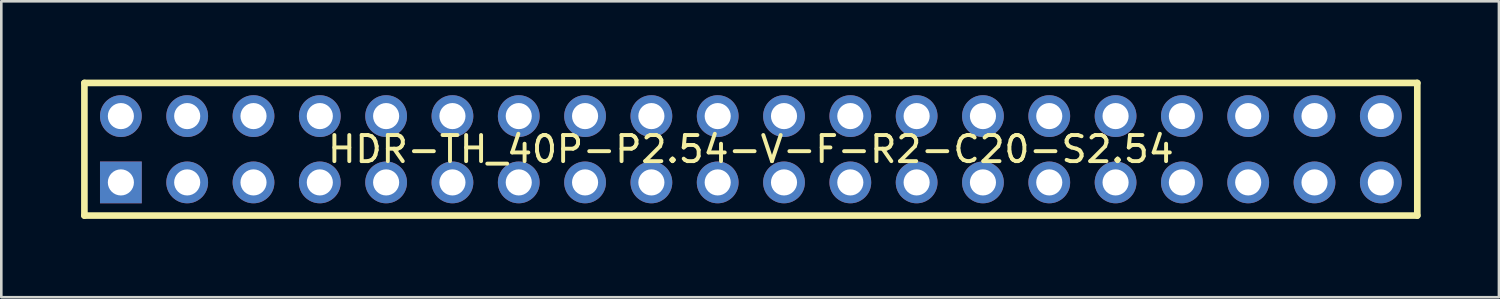
<source format=kicad_pcb>
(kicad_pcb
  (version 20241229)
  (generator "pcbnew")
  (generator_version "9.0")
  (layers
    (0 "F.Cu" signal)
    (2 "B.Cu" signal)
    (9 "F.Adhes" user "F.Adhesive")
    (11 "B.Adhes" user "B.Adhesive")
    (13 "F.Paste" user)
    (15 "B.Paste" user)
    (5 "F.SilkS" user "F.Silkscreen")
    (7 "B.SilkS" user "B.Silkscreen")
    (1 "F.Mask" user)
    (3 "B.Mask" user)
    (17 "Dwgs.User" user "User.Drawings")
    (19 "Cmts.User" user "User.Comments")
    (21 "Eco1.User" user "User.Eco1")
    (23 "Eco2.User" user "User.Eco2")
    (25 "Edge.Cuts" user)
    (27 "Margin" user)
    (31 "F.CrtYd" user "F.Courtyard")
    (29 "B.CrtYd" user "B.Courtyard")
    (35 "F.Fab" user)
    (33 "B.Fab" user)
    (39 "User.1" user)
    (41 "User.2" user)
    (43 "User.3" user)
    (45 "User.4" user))
  (footprint "HDR-TH_40P-P2.54-V-F-R2-C20-S2.54"
    (layer "F.Cu")
    (at 25.71 2.667)
    (property "Reference" "HDR-TH_40P-P2.54-V-F-R2-C20-S2.54" (at 0 0 0) (layer "F.SilkS") (effects (font (size 1 1) (thickness 0.15))))
    (fp_line (start -25.527 -2.54) (end -25.527 2.54) (stroke (width 0.254) (type default)) (layer "F.SilkS"))
    (fp_line (start -25.527 -2.54) (end 25.527 -2.54) (stroke (width 0.254) (type default)) (layer "F.SilkS"))
    (fp_line (start -25.527 2.54) (end 25.527 2.54) (stroke (width 0.254) (type default)) (layer "F.SilkS"))
    (fp_line (start 25.527 -2.54) (end 25.527 2.54) (stroke (width 0.254) (type default)) (layer "F.SilkS"))
    (fp_poly (pts (xy -24.45 -1.42) (xy -23.81 -1.42) (xy -23.81 -1.12) (xy -24.45 -1.12)) (stroke (width 0.1) (type default)) (fill no) (layer "User.1"))
    (fp_poly (pts (xy -24.45 1.12) (xy -23.81 1.12) (xy -23.81 1.42) (xy -24.45 1.42)) (stroke (width 0.1) (type default)) (fill no) (layer "User.1"))
    (fp_poly (pts (xy -21.91 -1.42) (xy -21.27 -1.42) (xy -21.27 -1.12) (xy -21.91 -1.12)) (stroke (width 0.1) (type default)) (fill no) (layer "User.1"))
    (fp_poly (pts (xy -21.91 1.12) (xy -21.27 1.12) (xy -21.27 1.42) (xy -21.91 1.42)) (stroke (width 0.1) (type default)) (fill no) (layer "User.1"))
    (fp_poly (pts (xy -19.37 -1.42) (xy -18.73 -1.42) (xy -18.73 -1.12) (xy -19.37 -1.12)) (stroke (width 0.1) (type default)) (fill no) (layer "User.1"))
    (fp_poly (pts (xy -19.37 1.12) (xy -18.73 1.12) (xy -18.73 1.42) (xy -19.37 1.42)) (stroke (width 0.1) (type default)) (fill no) (layer "User.1"))
    (fp_poly (pts (xy -16.83 -1.42) (xy -16.19 -1.42) (xy -16.19 -1.12) (xy -16.83 -1.12)) (stroke (width 0.1) (type default)) (fill no) (layer "User.1"))
    (fp_poly (pts (xy -16.83 1.12) (xy -16.19 1.12) (xy -16.19 1.42) (xy -16.83 1.42)) (stroke (width 0.1) (type default)) (fill no) (layer "User.1"))
    (fp_poly (pts (xy -14.29 -1.42) (xy -13.65 -1.42) (xy -13.65 -1.12) (xy -14.29 -1.12)) (stroke (width 0.1) (type default)) (fill no) (layer "User.1"))
    (fp_poly (pts (xy -14.29 1.12) (xy -13.65 1.12) (xy -13.65 1.42) (xy -14.29 1.42)) (stroke (width 0.1) (type default)) (fill no) (layer "User.1"))
    (fp_poly (pts (xy -11.75 -1.42) (xy -11.11 -1.42) (xy -11.11 -1.12) (xy -11.75 -1.12)) (stroke (width 0.1) (type default)) (fill no) (layer "User.1"))
    (fp_poly (pts (xy -11.75 1.12) (xy -11.11 1.12) (xy -11.11 1.42) (xy -11.75 1.42)) (stroke (width 0.1) (type default)) (fill no) (layer "User.1"))
    (fp_poly (pts (xy -9.21 -1.42) (xy -8.57 -1.42) (xy -8.57 -1.12) (xy -9.21 -1.12)) (stroke (width 0.1) (type default)) (fill no) (layer "User.1"))
    (fp_poly (pts (xy -9.21 1.12) (xy -8.57 1.12) (xy -8.57 1.42) (xy -9.21 1.42)) (stroke (width 0.1) (type default)) (fill no) (layer "User.1"))
    (fp_poly (pts (xy -6.67 -1.42) (xy -6.03 -1.42) (xy -6.03 -1.12) (xy -6.67 -1.12)) (stroke (width 0.1) (type default)) (fill no) (layer "User.1"))
    (fp_poly (pts (xy -6.67 1.12) (xy -6.03 1.12) (xy -6.03 1.42) (xy -6.67 1.42)) (stroke (width 0.1) (type default)) (fill no) (layer "User.1"))
    (fp_poly (pts (xy -4.13 -1.42) (xy -3.49 -1.42) (xy -3.49 -1.12) (xy -4.13 -1.12)) (stroke (width 0.1) (type default)) (fill no) (layer "User.1"))
    (fp_poly (pts (xy -4.13 1.12) (xy -3.49 1.12) (xy -3.49 1.42) (xy -4.13 1.42)) (stroke (width 0.1) (type default)) (fill no) (layer "User.1"))
    (fp_poly (pts (xy -1.59 -1.42) (xy -0.95 -1.42) (xy -0.95 -1.12) (xy -1.59 -1.12)) (stroke (width 0.1) (type default)) (fill no) (layer "User.1"))
    (fp_poly (pts (xy -1.59 1.12) (xy -0.95 1.12) (xy -0.95 1.42) (xy -1.59 1.42)) (stroke (width 0.1) (type default)) (fill no) (layer "User.1"))
    (fp_poly (pts (xy 0.95 -1.42) (xy 1.59 -1.42) (xy 1.59 -1.12) (xy 0.95 -1.12)) (stroke (width 0.1) (type default)) (fill no) (layer "User.1"))
    (fp_poly (pts (xy 0.95 1.12) (xy 1.59 1.12) (xy 1.59 1.42) (xy 0.95 1.42)) (stroke (width 0.1) (type default)) (fill no) (layer "User.1"))
    (fp_poly (pts (xy 3.49 -1.42) (xy 4.13 -1.42) (xy 4.13 -1.12) (xy 3.49 -1.12)) (stroke (width 0.1) (type default)) (fill no) (layer "User.1"))
    (fp_poly (pts (xy 3.49 1.12) (xy 4.13 1.12) (xy 4.13 1.42) (xy 3.49 1.42)) (stroke (width 0.1) (type default)) (fill no) (layer "User.1"))
    (fp_poly (pts (xy 6.03 -1.42) (xy 6.67 -1.42) (xy 6.67 -1.12) (xy 6.03 -1.12)) (stroke (width 0.1) (type default)) (fill no) (layer "User.1"))
    (fp_poly (pts (xy 6.03 1.12) (xy 6.67 1.12) (xy 6.67 1.42) (xy 6.03 1.42)) (stroke (width 0.1) (type default)) (fill no) (layer "User.1"))
    (fp_poly (pts (xy 8.57 -1.42) (xy 9.21 -1.42) (xy 9.21 -1.12) (xy 8.57 -1.12)) (stroke (width 0.1) (type default)) (fill no) (layer "User.1"))
    (fp_poly (pts (xy 8.57 1.12) (xy 9.21 1.12) (xy 9.21 1.42) (xy 8.57 1.42)) (stroke (width 0.1) (type default)) (fill no) (layer "User.1"))
    (fp_poly (pts (xy 11.11 -1.42) (xy 11.75 -1.42) (xy 11.75 -1.12) (xy 11.11 -1.12)) (stroke (width 0.1) (type default)) (fill no) (layer "User.1"))
    (fp_poly (pts (xy 11.11 1.12) (xy 11.75 1.12) (xy 11.75 1.42) (xy 11.11 1.42)) (stroke (width 0.1) (type default)) (fill no) (layer "User.1"))
    (fp_poly (pts (xy 13.65 -1.42) (xy 14.29 -1.42) (xy 14.29 -1.12) (xy 13.65 -1.12)) (stroke (width 0.1) (type default)) (fill no) (layer "User.1"))
    (fp_poly (pts (xy 13.65 1.12) (xy 14.29 1.12) (xy 14.29 1.42) (xy 13.65 1.42)) (stroke (width 0.1) (type default)) (fill no) (layer "User.1"))
    (fp_poly (pts (xy 16.19 -1.42) (xy 16.83 -1.42) (xy 16.83 -1.12) (xy 16.19 -1.12)) (stroke (width 0.1) (type default)) (fill no) (layer "User.1"))
    (fp_poly (pts (xy 16.19 1.12) (xy 16.83 1.12) (xy 16.83 1.42) (xy 16.19 1.42)) (stroke (width 0.1) (type default)) (fill no) (layer "User.1"))
    (fp_poly (pts (xy 18.73 -1.42) (xy 19.37 -1.42) (xy 19.37 -1.12) (xy 18.73 -1.12)) (stroke (width 0.1) (type default)) (fill no) (layer "User.1"))
    (fp_poly (pts (xy 18.73 1.12) (xy 19.37 1.12) (xy 19.37 1.42) (xy 18.73 1.42)) (stroke (width 0.1) (type default)) (fill no) (layer "User.1"))
    (fp_poly (pts (xy 21.27 -1.42) (xy 21.91 -1.42) (xy 21.91 -1.12) (xy 21.27 -1.12)) (stroke (width 0.1) (type default)) (fill no) (layer "User.1"))
    (fp_poly (pts (xy 21.27 1.12) (xy 21.91 1.12) (xy 21.91 1.42) (xy 21.27 1.42)) (stroke (width 0.1) (type default)) (fill no) (layer "User.1"))
    (fp_poly (pts (xy 23.81 -1.42) (xy 24.45 -1.42) (xy 24.45 -1.12) (xy 23.81 -1.12)) (stroke (width 0.1) (type default)) (fill no) (layer "User.1"))
    (fp_poly (pts (xy 23.81 1.12) (xy 24.45 1.12) (xy 24.45 1.42) (xy 23.81 1.42)) (stroke (width 0.1) (type default)) (fill no) (layer "User.1"))
    (fp_line (start -25.6 -2.5) (end 25.6 -2.5) (stroke (width 0.051) (type default)) (layer "User.2"))
    (fp_line (start -25.6 2.5) (end -25.6 -2.5) (stroke (width 0.051) (type default)) (layer "User.2"))
    (fp_line (start 25.6 -2.5) (end 25.6 2.5) (stroke (width 0.051) (type default)) (layer "User.2"))
    (fp_line (start 25.6 2.5) (end -25.6 2.5) (stroke (width 0.051) (type default)) (layer "User.2"))
    (fp_poly (pts (xy -25.54 2.5) (xy -25.558 2.458) (xy -25.6 2.44) (xy -25.642 2.458) (xy -25.66 2.5) (xy -25.642 2.542) (xy -25.6 2.56) (xy -25.558 2.542)) (stroke (width 0.1) (type default)) (fill no) (layer "User.3"))
    (pad "1" thru_hole rect (at -24.13 1.27) (size 1.6 1.6) (drill 1) (layers "*.Cu" "*.Mask"))
    (pad "2" thru_hole circle (at -24.13 -1.27) (size 1.6 1.6) (drill 1) (layers "*.Cu" "*.Mask"))
    (pad "3" thru_hole circle (at -21.59 1.27) (size 1.6 1.6) (drill 1) (layers "*.Cu" "*.Mask"))
    (pad "4" thru_hole circle (at -21.59 -1.27) (size 1.6 1.6) (drill 1) (layers "*.Cu" "*.Mask"))
    (pad "5" thru_hole circle (at -19.05 1.27) (size 1.6 1.6) (drill 1) (layers "*.Cu" "*.Mask"))
    (pad "6" thru_hole circle (at -19.05 -1.27) (size 1.6 1.6) (drill 1) (layers "*.Cu" "*.Mask"))
    (pad "7" thru_hole circle (at -16.51 1.27) (size 1.6 1.6) (drill 1) (layers "*.Cu" "*.Mask"))
    (pad "8" thru_hole circle (at -16.51 -1.27) (size 1.6 1.6) (drill 1) (layers "*.Cu" "*.Mask"))
    (pad "9" thru_hole circle (at -13.97 1.27) (size 1.6 1.6) (drill 1) (layers "*.Cu" "*.Mask"))
    (pad "10" thru_hole circle (at -13.97 -1.27) (size 1.6 1.6) (drill 1) (layers "*.Cu" "*.Mask"))
    (pad "11" thru_hole circle (at -11.43 1.27) (size 1.6 1.6) (drill 1) (layers "*.Cu" "*.Mask"))
    (pad "12" thru_hole circle (at -11.43 -1.27) (size 1.6 1.6) (drill 1) (layers "*.Cu" "*.Mask"))
    (pad "13" thru_hole circle (at -8.89 1.27) (size 1.6 1.6) (drill 1) (layers "*.Cu" "*.Mask"))
    (pad "14" thru_hole circle (at -8.89 -1.27) (size 1.6 1.6) (drill 1) (layers "*.Cu" "*.Mask"))
    (pad "15" thru_hole circle (at -6.35 1.27) (size 1.6 1.6) (drill 1) (layers "*.Cu" "*.Mask"))
    (pad "16" thru_hole circle (at -6.35 -1.27) (size 1.6 1.6) (drill 1) (layers "*.Cu" "*.Mask"))
    (pad "17" thru_hole circle (at -3.81 1.27) (size 1.6 1.6) (drill 1) (layers "*.Cu" "*.Mask"))
    (pad "18" thru_hole circle (at -3.81 -1.27) (size 1.6 1.6) (drill 1) (layers "*.Cu" "*.Mask"))
    (pad "19" thru_hole circle (at -1.27 1.27) (size 1.6 1.6) (drill 1) (layers "*.Cu" "*.Mask"))
    (pad "20" thru_hole circle (at -1.27 -1.27) (size 1.6 1.6) (drill 1) (layers "*.Cu" "*.Mask"))
    (pad "21" thru_hole circle (at 1.27 1.27) (size 1.6 1.6) (drill 1) (layers "*.Cu" "*.Mask"))
    (pad "22" thru_hole circle (at 1.27 -1.27) (size 1.6 1.6) (drill 1) (layers "*.Cu" "*.Mask"))
    (pad "23" thru_hole circle (at 3.81 1.27) (size 1.6 1.6) (drill 1) (layers "*.Cu" "*.Mask"))
    (pad "24" thru_hole circle (at 3.81 -1.27) (size 1.6 1.6) (drill 1) (layers "*.Cu" "*.Mask"))
    (pad "25" thru_hole circle (at 6.35 1.27) (size 1.6 1.6) (drill 1) (layers "*.Cu" "*.Mask"))
    (pad "26" thru_hole circle (at 6.35 -1.27) (size 1.6 1.6) (drill 1) (layers "*.Cu" "*.Mask"))
    (pad "27" thru_hole circle (at 8.89 1.27) (size 1.6 1.6) (drill 1) (layers "*.Cu" "*.Mask"))
    (pad "28" thru_hole circle (at 8.89 -1.27) (size 1.6 1.6) (drill 1) (layers "*.Cu" "*.Mask"))
    (pad "29" thru_hole circle (at 11.43 1.27) (size 1.6 1.6) (drill 1) (layers "*.Cu" "*.Mask"))
    (pad "30" thru_hole circle (at 11.43 -1.27) (size 1.6 1.6) (drill 1) (layers "*.Cu" "*.Mask"))
    (pad "31" thru_hole circle (at 13.97 1.27) (size 1.6 1.6) (drill 1) (layers "*.Cu" "*.Mask"))
    (pad "32" thru_hole circle (at 13.97 -1.27) (size 1.6 1.6) (drill 1) (layers "*.Cu" "*.Mask"))
    (pad "33" thru_hole circle (at 16.51 1.27) (size 1.6 1.6) (drill 1) (layers "*.Cu" "*.Mask"))
    (pad "34" thru_hole circle (at 16.51 -1.27) (size 1.6 1.6) (drill 1) (layers "*.Cu" "*.Mask"))
    (pad "35" thru_hole circle (at 19.05 1.27) (size 1.6 1.6) (drill 1) (layers "*.Cu" "*.Mask"))
    (pad "36" thru_hole circle (at 19.05 -1.27) (size 1.6 1.6) (drill 1) (layers "*.Cu" "*.Mask"))
    (pad "37" thru_hole circle (at 21.59 1.27) (size 1.6 1.6) (drill 1) (layers "*.Cu" "*.Mask"))
    (pad "38" thru_hole circle (at 21.59 -1.27) (size 1.6 1.6) (drill 1) (layers "*.Cu" "*.Mask"))
    (pad "39" thru_hole circle (at 24.13 1.27) (size 1.6 1.6) (drill 1) (layers "*.Cu" "*.Mask"))
    (pad "40" thru_hole circle (at 24.13 -1.27) (size 1.6 1.6) (drill 1) (layers "*.Cu" "*.Mask")))
  (gr_rect
    (start -3 -3)
    (end 54.364 8.334)
    (stroke (width 0.1) (type default))
    (fill no)
    (layer "Edge.Cuts")))
</source>
